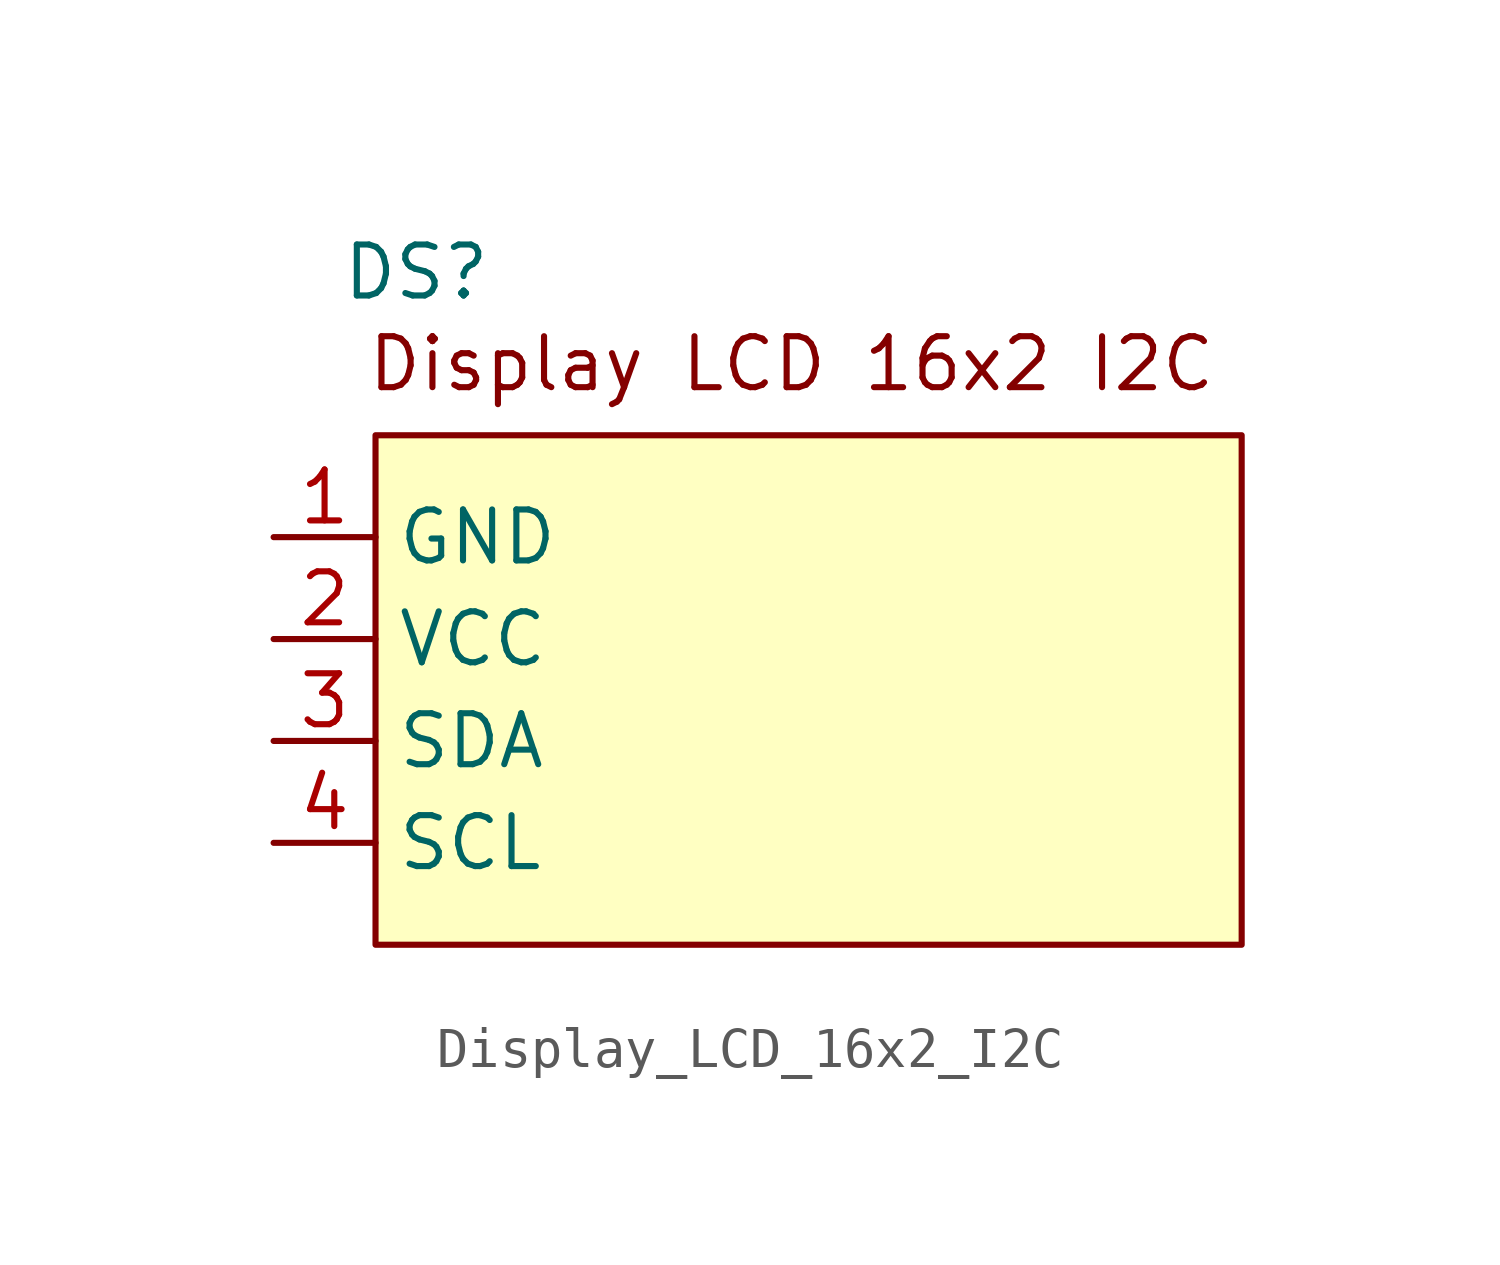
<source format=kicad_sym>
(kicad_symbol_lib
  (version 20241209)
  (generator "kicad_symbol_editor")
  (generator_version "9.0")
  (symbol "Display_LCD_16x2_I2C"
    (property "Reference" "DS"
      (at 1.016 2.794 0)
      (effects (font (size 1.27 1.27))))
    (property "Value" ""
      (at 0 0 0)
      (effects (font (size 1.27 1.27))))
    (symbol "Display_LCD_16x2_I2C_0_1"
      (rectangle (start 0 -1.27) (end 21.59 -13.97) (stroke (width 0) (type default)) (fill (type background))))
    (symbol "Display_LCD_16x2_I2C_1_1"
      (text "Display LCD 16x2 I2C" (at -0.254 0.508 0) (effects (font (size 1.27 1.27)) (justify left)))
      (pin power_in line (at -2.54 -3.81 0) (length 2.54) (name "GND" (effects (font (size 1.27 1.27)))) (number "1" (effects (font (size 1.27 1.27)))))
      (pin power_in line (at -2.54 -6.35 0) (length 2.54) (name "VCC" (effects (font (size 1.27 1.27)))) (number "2" (effects (font (size 1.27 1.27)))))
      (pin input line (at -2.54 -8.89 0) (length 2.54) (name "SDA" (effects (font (size 1.27 1.27)))) (number "3" (effects (font (size 1.27 1.27)))))
      (pin input line (at -2.54 -11.43 0) (length 2.54) (name "SCL" (effects (font (size 1.27 1.27)))) (number "4" (effects (font (size 1.27 1.27))))))))
</source>
